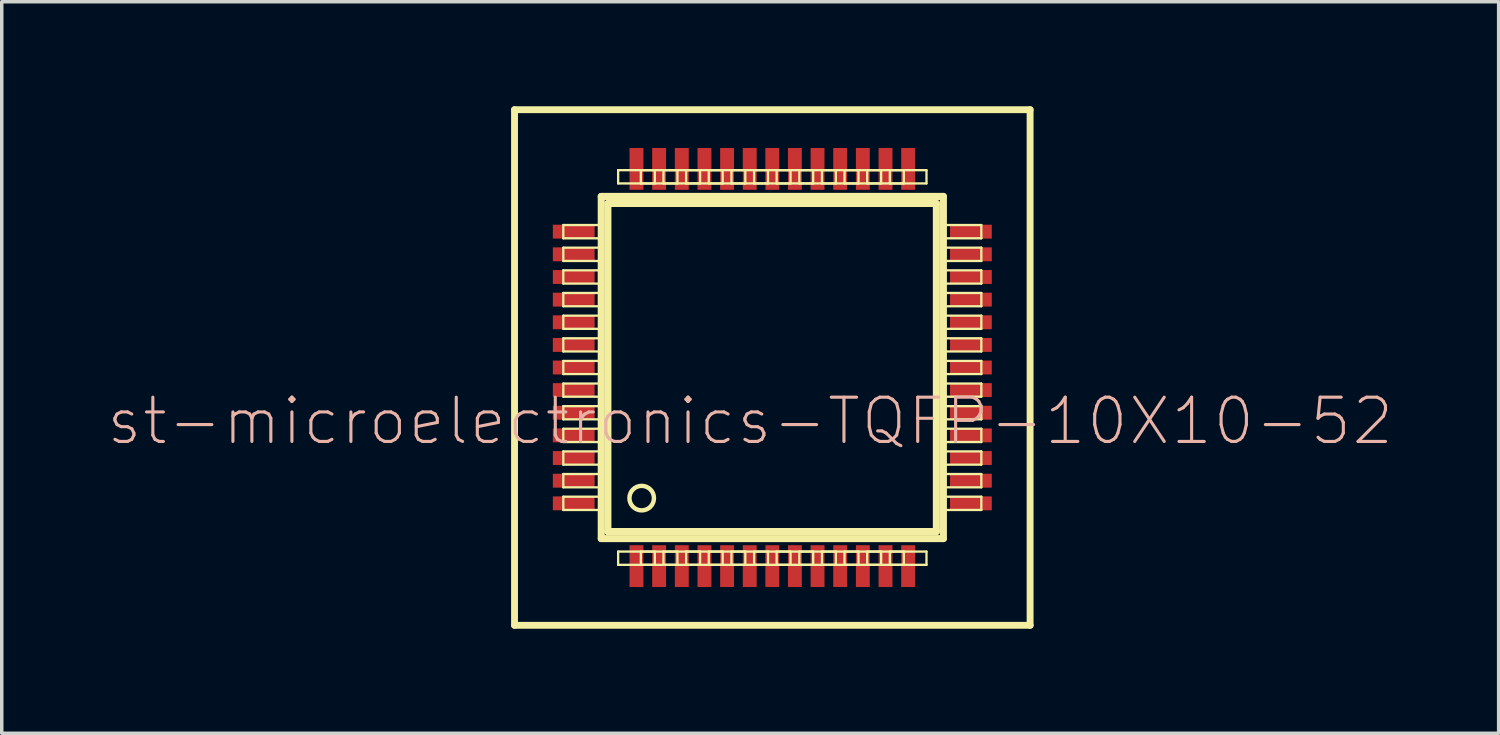
<source format=kicad_pcb>
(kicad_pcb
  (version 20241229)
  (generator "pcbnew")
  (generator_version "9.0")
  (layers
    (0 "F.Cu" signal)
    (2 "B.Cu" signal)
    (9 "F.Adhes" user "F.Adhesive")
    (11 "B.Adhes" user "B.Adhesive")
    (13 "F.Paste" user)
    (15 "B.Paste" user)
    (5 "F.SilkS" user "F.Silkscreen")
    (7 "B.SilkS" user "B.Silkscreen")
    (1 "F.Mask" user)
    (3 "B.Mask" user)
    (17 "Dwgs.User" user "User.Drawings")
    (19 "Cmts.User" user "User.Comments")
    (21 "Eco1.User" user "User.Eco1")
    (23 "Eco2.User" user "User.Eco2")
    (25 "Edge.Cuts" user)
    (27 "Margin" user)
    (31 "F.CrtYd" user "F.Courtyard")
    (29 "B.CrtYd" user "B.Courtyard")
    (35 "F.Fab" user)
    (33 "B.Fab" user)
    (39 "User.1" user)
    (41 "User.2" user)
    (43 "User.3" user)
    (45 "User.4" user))
  (footprint "st-microelectronics-TQFP-10X10-52"
    (layer "F.Cu")
    (at 19.117 7.498)
    (property "Reference" "st-microelectronics-TQFP-10X10-52" (at -0.635 1.539 0) (layer "B.SilkS") (effects (font (size 1.27 1.27) (thickness 0.089))))
    (attr smd)
    (fp_line (start -7.399 -7.399) (end 7.399 -7.399) (stroke (width 0.198) (type solid)) (layer "F.SilkS"))
    (fp_line (start -7.399 7.399) (end -7.399 -7.399) (stroke (width 0.198) (type solid)) (layer "F.SilkS"))
    (fp_line (start -5.999 -4.089) (end -4.948 -4.089) (stroke (width 0.066) (type solid)) (layer "F.SilkS"))
    (fp_line (start -5.999 -3.708) (end -5.999 -4.089) (stroke (width 0.066) (type solid)) (layer "F.SilkS"))
    (fp_line (start -5.999 -3.708) (end -4.948 -3.708) (stroke (width 0.066) (type solid)) (layer "F.SilkS"))
    (fp_line (start -5.999 -3.439) (end -4.948 -3.439) (stroke (width 0.066) (type solid)) (layer "F.SilkS"))
    (fp_line (start -5.999 -3.058) (end -5.999 -3.439) (stroke (width 0.066) (type solid)) (layer "F.SilkS"))
    (fp_line (start -5.999 -3.058) (end -4.948 -3.058) (stroke (width 0.066) (type solid)) (layer "F.SilkS"))
    (fp_line (start -5.999 -2.789) (end -4.948 -2.789) (stroke (width 0.066) (type solid)) (layer "F.SilkS"))
    (fp_line (start -5.999 -2.408) (end -5.999 -2.789) (stroke (width 0.066) (type solid)) (layer "F.SilkS"))
    (fp_line (start -5.999 -2.408) (end -4.948 -2.408) (stroke (width 0.066) (type solid)) (layer "F.SilkS"))
    (fp_line (start -5.999 -2.139) (end -4.948 -2.139) (stroke (width 0.066) (type solid)) (layer "F.SilkS"))
    (fp_line (start -5.999 -1.758) (end -5.999 -2.139) (stroke (width 0.066) (type solid)) (layer "F.SilkS"))
    (fp_line (start -5.999 -1.758) (end -4.948 -1.758) (stroke (width 0.066) (type solid)) (layer "F.SilkS"))
    (fp_line (start -5.999 -1.488) (end -4.948 -1.488) (stroke (width 0.066) (type solid)) (layer "F.SilkS"))
    (fp_line (start -5.999 -1.11) (end -5.999 -1.488) (stroke (width 0.066) (type solid)) (layer "F.SilkS"))
    (fp_line (start -5.999 -1.11) (end -4.948 -1.11) (stroke (width 0.066) (type solid)) (layer "F.SilkS"))
    (fp_line (start -5.999 -0.838) (end -4.948 -0.838) (stroke (width 0.066) (type solid)) (layer "F.SilkS"))
    (fp_line (start -5.999 -0.46) (end -5.999 -0.838) (stroke (width 0.066) (type solid)) (layer "F.SilkS"))
    (fp_line (start -5.999 -0.46) (end -4.948 -0.46) (stroke (width 0.066) (type solid)) (layer "F.SilkS"))
    (fp_line (start -5.999 -0.188) (end -4.948 -0.188) (stroke (width 0.066) (type solid)) (layer "F.SilkS"))
    (fp_line (start -5.999 0.188) (end -5.999 -0.188) (stroke (width 0.066) (type solid)) (layer "F.SilkS"))
    (fp_line (start -5.999 0.188) (end -4.948 0.188) (stroke (width 0.066) (type solid)) (layer "F.SilkS"))
    (fp_line (start -5.999 0.46) (end -4.948 0.46) (stroke (width 0.066) (type solid)) (layer "F.SilkS"))
    (fp_line (start -5.999 0.838) (end -5.999 0.46) (stroke (width 0.066) (type solid)) (layer "F.SilkS"))
    (fp_line (start -5.999 0.838) (end -4.948 0.838) (stroke (width 0.066) (type solid)) (layer "F.SilkS"))
    (fp_line (start -5.999 1.11) (end -4.948 1.11) (stroke (width 0.066) (type solid)) (layer "F.SilkS"))
    (fp_line (start -5.999 1.488) (end -5.999 1.11) (stroke (width 0.066) (type solid)) (layer "F.SilkS"))
    (fp_line (start -5.999 1.488) (end -4.948 1.488) (stroke (width 0.066) (type solid)) (layer "F.SilkS"))
    (fp_line (start -5.999 1.758) (end -4.948 1.758) (stroke (width 0.066) (type solid)) (layer "F.SilkS"))
    (fp_line (start -5.999 2.139) (end -5.999 1.758) (stroke (width 0.066) (type solid)) (layer "F.SilkS"))
    (fp_line (start -5.999 2.139) (end -4.948 2.139) (stroke (width 0.066) (type solid)) (layer "F.SilkS"))
    (fp_line (start -5.999 2.408) (end -4.948 2.408) (stroke (width 0.066) (type solid)) (layer "F.SilkS"))
    (fp_line (start -5.999 2.789) (end -5.999 2.408) (stroke (width 0.066) (type solid)) (layer "F.SilkS"))
    (fp_line (start -5.999 2.789) (end -4.948 2.789) (stroke (width 0.066) (type solid)) (layer "F.SilkS"))
    (fp_line (start -5.999 3.058) (end -4.948 3.058) (stroke (width 0.066) (type solid)) (layer "F.SilkS"))
    (fp_line (start -5.999 3.439) (end -5.999 3.058) (stroke (width 0.066) (type solid)) (layer "F.SilkS"))
    (fp_line (start -5.999 3.439) (end -4.948 3.439) (stroke (width 0.066) (type solid)) (layer "F.SilkS"))
    (fp_line (start -5.999 3.708) (end -4.948 3.708) (stroke (width 0.066) (type solid)) (layer "F.SilkS"))
    (fp_line (start -5.999 4.089) (end -5.999 3.708) (stroke (width 0.066) (type solid)) (layer "F.SilkS"))
    (fp_line (start -5.999 4.089) (end -4.948 4.089) (stroke (width 0.066) (type solid)) (layer "F.SilkS"))
    (fp_line (start -4.948 -3.708) (end -4.948 -4.089) (stroke (width 0.066) (type solid)) (layer "F.SilkS"))
    (fp_line (start -4.948 -3.058) (end -4.948 -3.439) (stroke (width 0.066) (type solid)) (layer "F.SilkS"))
    (fp_line (start -4.948 -2.408) (end -4.948 -2.789) (stroke (width 0.066) (type solid)) (layer "F.SilkS"))
    (fp_line (start -4.948 -1.758) (end -4.948 -2.139) (stroke (width 0.066) (type solid)) (layer "F.SilkS"))
    (fp_line (start -4.948 -1.11) (end -4.948 -1.488) (stroke (width 0.066) (type solid)) (layer "F.SilkS"))
    (fp_line (start -4.948 -0.46) (end -4.948 -0.838) (stroke (width 0.066) (type solid)) (layer "F.SilkS"))
    (fp_line (start -4.948 0.188) (end -4.948 -0.188) (stroke (width 0.066) (type solid)) (layer "F.SilkS"))
    (fp_line (start -4.948 0.838) (end -4.948 0.46) (stroke (width 0.066) (type solid)) (layer "F.SilkS"))
    (fp_line (start -4.948 1.488) (end -4.948 1.11) (stroke (width 0.066) (type solid)) (layer "F.SilkS"))
    (fp_line (start -4.948 2.139) (end -4.948 1.758) (stroke (width 0.066) (type solid)) (layer "F.SilkS"))
    (fp_line (start -4.948 2.789) (end -4.948 2.408) (stroke (width 0.066) (type solid)) (layer "F.SilkS"))
    (fp_line (start -4.948 3.439) (end -4.948 3.058) (stroke (width 0.066) (type solid)) (layer "F.SilkS"))
    (fp_line (start -4.948 4.089) (end -4.948 3.708) (stroke (width 0.066) (type solid)) (layer "F.SilkS"))
    (fp_line (start -4.91 -4.91) (end -4.91 4.91) (stroke (width 0.203) (type solid)) (layer "F.SilkS"))
    (fp_line (start -4.91 4.91) (end 4.91 4.91) (stroke (width 0.203) (type solid)) (layer "F.SilkS"))
    (fp_line (start -4.719 -4.709) (end 4.709 -4.709) (stroke (width 0.203) (type solid)) (layer "F.SilkS"))
    (fp_line (start -4.719 4.709) (end -4.719 -4.709) (stroke (width 0.203) (type solid)) (layer "F.SilkS"))
    (fp_line (start -4.425 -5.664) (end -3.373 -5.664) (stroke (width 0.066) (type solid)) (layer "F.SilkS"))
    (fp_line (start -4.425 -5.283) (end -4.425 -5.664) (stroke (width 0.066) (type solid)) (layer "F.SilkS"))
    (fp_line (start -4.425 -5.283) (end -3.373 -5.283) (stroke (width 0.066) (type solid)) (layer "F.SilkS"))
    (fp_line (start -4.425 5.283) (end -3.373 5.283) (stroke (width 0.066) (type solid)) (layer "F.SilkS"))
    (fp_line (start -4.425 5.664) (end -4.425 5.283) (stroke (width 0.066) (type solid)) (layer "F.SilkS"))
    (fp_line (start -4.425 5.664) (end -3.373 5.664) (stroke (width 0.066) (type solid)) (layer "F.SilkS"))
    (fp_line (start -3.774 -5.664) (end -2.723 -5.664) (stroke (width 0.066) (type solid)) (layer "F.SilkS"))
    (fp_line (start -3.774 -5.283) (end -3.774 -5.664) (stroke (width 0.066) (type solid)) (layer "F.SilkS"))
    (fp_line (start -3.774 -5.283) (end -2.723 -5.283) (stroke (width 0.066) (type solid)) (layer "F.SilkS"))
    (fp_line (start -3.774 5.283) (end -2.723 5.283) (stroke (width 0.066) (type solid)) (layer "F.SilkS"))
    (fp_line (start -3.774 5.664) (end -3.774 5.283) (stroke (width 0.066) (type solid)) (layer "F.SilkS"))
    (fp_line (start -3.774 5.664) (end -2.723 5.664) (stroke (width 0.066) (type solid)) (layer "F.SilkS"))
    (fp_line (start -3.373 -5.283) (end -3.373 -5.664) (stroke (width 0.066) (type solid)) (layer "F.SilkS"))
    (fp_line (start -3.373 5.664) (end -3.373 5.283) (stroke (width 0.066) (type solid)) (layer "F.SilkS"))
    (fp_line (start -3.124 -5.664) (end -2.073 -5.664) (stroke (width 0.066) (type solid)) (layer "F.SilkS"))
    (fp_line (start -3.124 -5.283) (end -3.124 -5.664) (stroke (width 0.066) (type solid)) (layer "F.SilkS"))
    (fp_line (start -3.124 -5.283) (end -2.073 -5.283) (stroke (width 0.066) (type solid)) (layer "F.SilkS"))
    (fp_line (start -3.124 5.283) (end -2.073 5.283) (stroke (width 0.066) (type solid)) (layer "F.SilkS"))
    (fp_line (start -3.124 5.664) (end -3.124 5.283) (stroke (width 0.066) (type solid)) (layer "F.SilkS"))
    (fp_line (start -3.124 5.664) (end -2.073 5.664) (stroke (width 0.066) (type solid)) (layer "F.SilkS"))
    (fp_line (start -2.723 -5.283) (end -2.723 -5.664) (stroke (width 0.066) (type solid)) (layer "F.SilkS"))
    (fp_line (start -2.723 5.664) (end -2.723 5.283) (stroke (width 0.066) (type solid)) (layer "F.SilkS"))
    (fp_line (start -2.474 -5.664) (end -1.425 -5.664) (stroke (width 0.066) (type solid)) (layer "F.SilkS"))
    (fp_line (start -2.474 -5.283) (end -2.474 -5.664) (stroke (width 0.066) (type solid)) (layer "F.SilkS"))
    (fp_line (start -2.474 -5.283) (end -1.425 -5.283) (stroke (width 0.066) (type solid)) (layer "F.SilkS"))
    (fp_line (start -2.474 5.283) (end -1.425 5.283) (stroke (width 0.066) (type solid)) (layer "F.SilkS"))
    (fp_line (start -2.474 5.664) (end -2.474 5.283) (stroke (width 0.066) (type solid)) (layer "F.SilkS"))
    (fp_line (start -2.474 5.664) (end -1.425 5.664) (stroke (width 0.066) (type solid)) (layer "F.SilkS"))
    (fp_line (start -2.073 -5.283) (end -2.073 -5.664) (stroke (width 0.066) (type solid)) (layer "F.SilkS"))
    (fp_line (start -2.073 5.664) (end -2.073 5.283) (stroke (width 0.066) (type solid)) (layer "F.SilkS"))
    (fp_line (start -1.824 -5.664) (end -0.775 -5.664) (stroke (width 0.066) (type solid)) (layer "F.SilkS"))
    (fp_line (start -1.824 -5.283) (end -1.824 -5.664) (stroke (width 0.066) (type solid)) (layer "F.SilkS"))
    (fp_line (start -1.824 -5.283) (end -0.775 -5.283) (stroke (width 0.066) (type solid)) (layer "F.SilkS"))
    (fp_line (start -1.824 5.283) (end -0.775 5.283) (stroke (width 0.066) (type solid)) (layer "F.SilkS"))
    (fp_line (start -1.824 5.664) (end -1.824 5.283) (stroke (width 0.066) (type solid)) (layer "F.SilkS"))
    (fp_line (start -1.824 5.664) (end -0.775 5.664) (stroke (width 0.066) (type solid)) (layer "F.SilkS"))
    (fp_line (start -1.425 -5.283) (end -1.425 -5.664) (stroke (width 0.066) (type solid)) (layer "F.SilkS"))
    (fp_line (start -1.425 5.664) (end -1.425 5.283) (stroke (width 0.066) (type solid)) (layer "F.SilkS"))
    (fp_line (start -1.173 -5.664) (end -0.124 -5.664) (stroke (width 0.066) (type solid)) (layer "F.SilkS"))
    (fp_line (start -1.173 -5.283) (end -1.173 -5.664) (stroke (width 0.066) (type solid)) (layer "F.SilkS"))
    (fp_line (start -1.173 -5.283) (end -0.124 -5.283) (stroke (width 0.066) (type solid)) (layer "F.SilkS"))
    (fp_line (start -1.173 5.283) (end -0.124 5.283) (stroke (width 0.066) (type solid)) (layer "F.SilkS"))
    (fp_line (start -1.173 5.664) (end -1.173 5.283) (stroke (width 0.066) (type solid)) (layer "F.SilkS"))
    (fp_line (start -1.173 5.664) (end -0.124 5.664) (stroke (width 0.066) (type solid)) (layer "F.SilkS"))
    (fp_line (start -0.775 -5.283) (end -0.775 -5.664) (stroke (width 0.066) (type solid)) (layer "F.SilkS"))
    (fp_line (start -0.775 5.664) (end -0.775 5.283) (stroke (width 0.066) (type solid)) (layer "F.SilkS"))
    (fp_line (start -0.523 -5.664) (end 0.523 -5.664) (stroke (width 0.066) (type solid)) (layer "F.SilkS"))
    (fp_line (start -0.523 -5.283) (end -0.523 -5.664) (stroke (width 0.066) (type solid)) (layer "F.SilkS"))
    (fp_line (start -0.523 -5.283) (end 0.523 -5.283) (stroke (width 0.066) (type solid)) (layer "F.SilkS"))
    (fp_line (start -0.523 5.283) (end 0.523 5.283) (stroke (width 0.066) (type solid)) (layer "F.SilkS"))
    (fp_line (start -0.523 5.664) (end -0.523 5.283) (stroke (width 0.066) (type solid)) (layer "F.SilkS"))
    (fp_line (start -0.523 5.664) (end 0.523 5.664) (stroke (width 0.066) (type solid)) (layer "F.SilkS"))
    (fp_line (start -0.124 -5.283) (end -0.124 -5.664) (stroke (width 0.066) (type solid)) (layer "F.SilkS"))
    (fp_line (start -0.124 5.664) (end -0.124 5.283) (stroke (width 0.066) (type solid)) (layer "F.SilkS"))
    (fp_line (start 0.124 -5.664) (end 1.173 -5.664) (stroke (width 0.066) (type solid)) (layer "F.SilkS"))
    (fp_line (start 0.124 -5.283) (end 0.124 -5.664) (stroke (width 0.066) (type solid)) (layer "F.SilkS"))
    (fp_line (start 0.124 -5.283) (end 1.173 -5.283) (stroke (width 0.066) (type solid)) (layer "F.SilkS"))
    (fp_line (start 0.124 5.283) (end 1.173 5.283) (stroke (width 0.066) (type solid)) (layer "F.SilkS"))
    (fp_line (start 0.124 5.664) (end 0.124 5.283) (stroke (width 0.066) (type solid)) (layer "F.SilkS"))
    (fp_line (start 0.124 5.664) (end 1.173 5.664) (stroke (width 0.066) (type solid)) (layer "F.SilkS"))
    (fp_line (start 0.523 -5.283) (end 0.523 -5.664) (stroke (width 0.066) (type solid)) (layer "F.SilkS"))
    (fp_line (start 0.523 5.664) (end 0.523 5.283) (stroke (width 0.066) (type solid)) (layer "F.SilkS"))
    (fp_line (start 0.775 -5.664) (end 1.824 -5.664) (stroke (width 0.066) (type solid)) (layer "F.SilkS"))
    (fp_line (start 0.775 -5.283) (end 0.775 -5.664) (stroke (width 0.066) (type solid)) (layer "F.SilkS"))
    (fp_line (start 0.775 -5.283) (end 1.824 -5.283) (stroke (width 0.066) (type solid)) (layer "F.SilkS"))
    (fp_line (start 0.775 5.283) (end 1.824 5.283) (stroke (width 0.066) (type solid)) (layer "F.SilkS"))
    (fp_line (start 0.775 5.664) (end 0.775 5.283) (stroke (width 0.066) (type solid)) (layer "F.SilkS"))
    (fp_line (start 0.775 5.664) (end 1.824 5.664) (stroke (width 0.066) (type solid)) (layer "F.SilkS"))
    (fp_line (start 1.173 -5.283) (end 1.173 -5.664) (stroke (width 0.066) (type solid)) (layer "F.SilkS"))
    (fp_line (start 1.173 5.664) (end 1.173 5.283) (stroke (width 0.066) (type solid)) (layer "F.SilkS"))
    (fp_line (start 1.425 -5.664) (end 2.474 -5.664) (stroke (width 0.066) (type solid)) (layer "F.SilkS"))
    (fp_line (start 1.425 -5.283) (end 1.425 -5.664) (stroke (width 0.066) (type solid)) (layer "F.SilkS"))
    (fp_line (start 1.425 -5.283) (end 2.474 -5.283) (stroke (width 0.066) (type solid)) (layer "F.SilkS"))
    (fp_line (start 1.425 5.283) (end 2.474 5.283) (stroke (width 0.066) (type solid)) (layer "F.SilkS"))
    (fp_line (start 1.425 5.664) (end 1.425 5.283) (stroke (width 0.066) (type solid)) (layer "F.SilkS"))
    (fp_line (start 1.425 5.664) (end 2.474 5.664) (stroke (width 0.066) (type solid)) (layer "F.SilkS"))
    (fp_line (start 1.824 -5.283) (end 1.824 -5.664) (stroke (width 0.066) (type solid)) (layer "F.SilkS"))
    (fp_line (start 1.824 5.664) (end 1.824 5.283) (stroke (width 0.066) (type solid)) (layer "F.SilkS"))
    (fp_line (start 2.073 -5.664) (end 3.124 -5.664) (stroke (width 0.066) (type solid)) (layer "F.SilkS"))
    (fp_line (start 2.073 -5.283) (end 2.073 -5.664) (stroke (width 0.066) (type solid)) (layer "F.SilkS"))
    (fp_line (start 2.073 -5.283) (end 3.124 -5.283) (stroke (width 0.066) (type solid)) (layer "F.SilkS"))
    (fp_line (start 2.073 5.283) (end 3.124 5.283) (stroke (width 0.066) (type solid)) (layer "F.SilkS"))
    (fp_line (start 2.073 5.664) (end 2.073 5.283) (stroke (width 0.066) (type solid)) (layer "F.SilkS"))
    (fp_line (start 2.073 5.664) (end 3.124 5.664) (stroke (width 0.066) (type solid)) (layer "F.SilkS"))
    (fp_line (start 2.474 -5.283) (end 2.474 -5.664) (stroke (width 0.066) (type solid)) (layer "F.SilkS"))
    (fp_line (start 2.474 5.664) (end 2.474 5.283) (stroke (width 0.066) (type solid)) (layer "F.SilkS"))
    (fp_line (start 2.723 -5.664) (end 3.774 -5.664) (stroke (width 0.066) (type solid)) (layer "F.SilkS"))
    (fp_line (start 2.723 -5.283) (end 2.723 -5.664) (stroke (width 0.066) (type solid)) (layer "F.SilkS"))
    (fp_line (start 2.723 -5.283) (end 3.774 -5.283) (stroke (width 0.066) (type solid)) (layer "F.SilkS"))
    (fp_line (start 2.723 5.283) (end 3.774 5.283) (stroke (width 0.066) (type solid)) (layer "F.SilkS"))
    (fp_line (start 2.723 5.664) (end 2.723 5.283) (stroke (width 0.066) (type solid)) (layer "F.SilkS"))
    (fp_line (start 2.723 5.664) (end 3.774 5.664) (stroke (width 0.066) (type solid)) (layer "F.SilkS"))
    (fp_line (start 3.124 -5.283) (end 3.124 -5.664) (stroke (width 0.066) (type solid)) (layer "F.SilkS"))
    (fp_line (start 3.124 5.664) (end 3.124 5.283) (stroke (width 0.066) (type solid)) (layer "F.SilkS"))
    (fp_line (start 3.373 -5.664) (end 4.425 -5.664) (stroke (width 0.066) (type solid)) (layer "F.SilkS"))
    (fp_line (start 3.373 -5.283) (end 3.373 -5.664) (stroke (width 0.066) (type solid)) (layer "F.SilkS"))
    (fp_line (start 3.373 -5.283) (end 4.425 -5.283) (stroke (width 0.066) (type solid)) (layer "F.SilkS"))
    (fp_line (start 3.373 5.283) (end 4.425 5.283) (stroke (width 0.066) (type solid)) (layer "F.SilkS"))
    (fp_line (start 3.373 5.664) (end 3.373 5.283) (stroke (width 0.066) (type solid)) (layer "F.SilkS"))
    (fp_line (start 3.373 5.664) (end 4.425 5.664) (stroke (width 0.066) (type solid)) (layer "F.SilkS"))
    (fp_line (start 3.774 -5.283) (end 3.774 -5.664) (stroke (width 0.066) (type solid)) (layer "F.SilkS"))
    (fp_line (start 3.774 5.664) (end 3.774 5.283) (stroke (width 0.066) (type solid)) (layer "F.SilkS"))
    (fp_line (start 4.425 -5.283) (end 4.425 -5.664) (stroke (width 0.066) (type solid)) (layer "F.SilkS"))
    (fp_line (start 4.425 5.664) (end 4.425 5.283) (stroke (width 0.066) (type solid)) (layer "F.SilkS"))
    (fp_line (start 4.709 -4.709) (end 4.709 4.709) (stroke (width 0.203) (type solid)) (layer "F.SilkS"))
    (fp_line (start 4.709 4.709) (end -4.719 4.709) (stroke (width 0.203) (type solid)) (layer "F.SilkS"))
    (fp_line (start 4.91 -4.91) (end -4.91 -4.91) (stroke (width 0.203) (type solid)) (layer "F.SilkS"))
    (fp_line (start 4.91 4.91) (end 4.91 -4.91) (stroke (width 0.203) (type solid)) (layer "F.SilkS"))
    (fp_line (start 4.948 -4.089) (end 5.999 -4.089) (stroke (width 0.066) (type solid)) (layer "F.SilkS"))
    (fp_line (start 4.948 -3.708) (end 4.948 -4.089) (stroke (width 0.066) (type solid)) (layer "F.SilkS"))
    (fp_line (start 4.948 -3.708) (end 5.999 -3.708) (stroke (width 0.066) (type solid)) (layer "F.SilkS"))
    (fp_line (start 4.948 -3.439) (end 5.999 -3.439) (stroke (width 0.066) (type solid)) (layer "F.SilkS"))
    (fp_line (start 4.948 -3.058) (end 4.948 -3.439) (stroke (width 0.066) (type solid)) (layer "F.SilkS"))
    (fp_line (start 4.948 -3.058) (end 5.999 -3.058) (stroke (width 0.066) (type solid)) (layer "F.SilkS"))
    (fp_line (start 4.948 -2.789) (end 5.999 -2.789) (stroke (width 0.066) (type solid)) (layer "F.SilkS"))
    (fp_line (start 4.948 -2.408) (end 4.948 -2.789) (stroke (width 0.066) (type solid)) (layer "F.SilkS"))
    (fp_line (start 4.948 -2.408) (end 5.999 -2.408) (stroke (width 0.066) (type solid)) (layer "F.SilkS"))
    (fp_line (start 4.948 -2.139) (end 5.999 -2.139) (stroke (width 0.066) (type solid)) (layer "F.SilkS"))
    (fp_line (start 4.948 -1.758) (end 4.948 -2.139) (stroke (width 0.066) (type solid)) (layer "F.SilkS"))
    (fp_line (start 4.948 -1.758) (end 5.999 -1.758) (stroke (width 0.066) (type solid)) (layer "F.SilkS"))
    (fp_line (start 4.948 -1.488) (end 5.999 -1.488) (stroke (width 0.066) (type solid)) (layer "F.SilkS"))
    (fp_line (start 4.948 -1.11) (end 4.948 -1.488) (stroke (width 0.066) (type solid)) (layer "F.SilkS"))
    (fp_line (start 4.948 -1.11) (end 5.999 -1.11) (stroke (width 0.066) (type solid)) (layer "F.SilkS"))
    (fp_line (start 4.948 -0.838) (end 5.999 -0.838) (stroke (width 0.066) (type solid)) (layer "F.SilkS"))
    (fp_line (start 4.948 -0.46) (end 4.948 -0.838) (stroke (width 0.066) (type solid)) (layer "F.SilkS"))
    (fp_line (start 4.948 -0.46) (end 5.999 -0.46) (stroke (width 0.066) (type solid)) (layer "F.SilkS"))
    (fp_line (start 4.948 -0.188) (end 5.999 -0.188) (stroke (width 0.066) (type solid)) (layer "F.SilkS"))
    (fp_line (start 4.948 0.188) (end 4.948 -0.188) (stroke (width 0.066) (type solid)) (layer "F.SilkS"))
    (fp_line (start 4.948 0.188) (end 5.999 0.188) (stroke (width 0.066) (type solid)) (layer "F.SilkS"))
    (fp_line (start 4.948 0.46) (end 5.999 0.46) (stroke (width 0.066) (type solid)) (layer "F.SilkS"))
    (fp_line (start 4.948 0.838) (end 4.948 0.46) (stroke (width 0.066) (type solid)) (layer "F.SilkS"))
    (fp_line (start 4.948 0.838) (end 5.999 0.838) (stroke (width 0.066) (type solid)) (layer "F.SilkS"))
    (fp_line (start 4.948 1.11) (end 5.999 1.11) (stroke (width 0.066) (type solid)) (layer "F.SilkS"))
    (fp_line (start 4.948 1.488) (end 4.948 1.11) (stroke (width 0.066) (type solid)) (layer "F.SilkS"))
    (fp_line (start 4.948 1.488) (end 5.999 1.488) (stroke (width 0.066) (type solid)) (layer "F.SilkS"))
    (fp_line (start 4.948 1.758) (end 5.999 1.758) (stroke (width 0.066) (type solid)) (layer "F.SilkS"))
    (fp_line (start 4.948 2.139) (end 4.948 1.758) (stroke (width 0.066) (type solid)) (layer "F.SilkS"))
    (fp_line (start 4.948 2.139) (end 5.999 2.139) (stroke (width 0.066) (type solid)) (layer "F.SilkS"))
    (fp_line (start 4.948 2.408) (end 5.999 2.408) (stroke (width 0.066) (type solid)) (layer "F.SilkS"))
    (fp_line (start 4.948 2.789) (end 4.948 2.408) (stroke (width 0.066) (type solid)) (layer "F.SilkS"))
    (fp_line (start 4.948 2.789) (end 5.999 2.789) (stroke (width 0.066) (type solid)) (layer "F.SilkS"))
    (fp_line (start 4.948 3.058) (end 5.999 3.058) (stroke (width 0.066) (type solid)) (layer "F.SilkS"))
    (fp_line (start 4.948 3.439) (end 4.948 3.058) (stroke (width 0.066) (type solid)) (layer "F.SilkS"))
    (fp_line (start 4.948 3.439) (end 5.999 3.439) (stroke (width 0.066) (type solid)) (layer "F.SilkS"))
    (fp_line (start 4.948 3.708) (end 5.999 3.708) (stroke (width 0.066) (type solid)) (layer "F.SilkS"))
    (fp_line (start 4.948 4.089) (end 4.948 3.708) (stroke (width 0.066) (type solid)) (layer "F.SilkS"))
    (fp_line (start 4.948 4.089) (end 5.999 4.089) (stroke (width 0.066) (type solid)) (layer "F.SilkS"))
    (fp_line (start 5.999 -3.708) (end 5.999 -4.089) (stroke (width 0.066) (type solid)) (layer "F.SilkS"))
    (fp_line (start 5.999 -3.058) (end 5.999 -3.439) (stroke (width 0.066) (type solid)) (layer "F.SilkS"))
    (fp_line (start 5.999 -2.408) (end 5.999 -2.789) (stroke (width 0.066) (type solid)) (layer "F.SilkS"))
    (fp_line (start 5.999 -1.758) (end 5.999 -2.139) (stroke (width 0.066) (type solid)) (layer "F.SilkS"))
    (fp_line (start 5.999 -1.11) (end 5.999 -1.488) (stroke (width 0.066) (type solid)) (layer "F.SilkS"))
    (fp_line (start 5.999 -0.46) (end 5.999 -0.838) (stroke (width 0.066) (type solid)) (layer "F.SilkS"))
    (fp_line (start 5.999 0.188) (end 5.999 -0.188) (stroke (width 0.066) (type solid)) (layer "F.SilkS"))
    (fp_line (start 5.999 0.838) (end 5.999 0.46) (stroke (width 0.066) (type solid)) (layer "F.SilkS"))
    (fp_line (start 5.999 1.488) (end 5.999 1.11) (stroke (width 0.066) (type solid)) (layer "F.SilkS"))
    (fp_line (start 5.999 2.139) (end 5.999 1.758) (stroke (width 0.066) (type solid)) (layer "F.SilkS"))
    (fp_line (start 5.999 2.789) (end 5.999 2.408) (stroke (width 0.066) (type solid)) (layer "F.SilkS"))
    (fp_line (start 5.999 3.439) (end 5.999 3.058) (stroke (width 0.066) (type solid)) (layer "F.SilkS"))
    (fp_line (start 5.999 4.089) (end 5.999 3.708) (stroke (width 0.066) (type solid)) (layer "F.SilkS"))
    (fp_line (start 7.399 -7.399) (end 7.399 7.399) (stroke (width 0.198) (type solid)) (layer "F.SilkS"))
    (fp_line (start 7.399 7.399) (end -7.399 7.399) (stroke (width 0.198) (type solid)) (layer "F.SilkS"))
    (fp_circle (center -3.749 3.749) (end -3.998 3.998) (stroke (width 0.127) (type solid)) (fill no) (layer "F.SilkS"))
    (pad "1" smd rect (at -3.899 5.7) (size 0.399 1.199) (layers "F.Cu" "F.Mask" "F.Paste"))
    (pad "2" smd rect (at -3.249 5.7) (size 0.399 1.199) (layers "F.Cu" "F.Mask" "F.Paste"))
    (pad "3" smd rect (at -2.598 5.7) (size 0.399 1.199) (layers "F.Cu" "F.Mask" "F.Paste"))
    (pad "4" smd rect (at -1.948 5.7) (size 0.399 1.199) (layers "F.Cu" "F.Mask" "F.Paste"))
    (pad "5" smd rect (at -1.298 5.7) (size 0.399 1.199) (layers "F.Cu" "F.Mask" "F.Paste"))
    (pad "6" smd rect (at -0.648 5.7) (size 0.399 1.199) (layers "F.Cu" "F.Mask" "F.Paste"))
    (pad "7" smd rect (at 0 5.7) (size 0.399 1.199) (layers "F.Cu" "F.Mask" "F.Paste"))
    (pad "8" smd rect (at 0.648 5.7) (size 0.399 1.199) (layers "F.Cu" "F.Mask" "F.Paste"))
    (pad "9" smd rect (at 1.298 5.7) (size 0.399 1.199) (layers "F.Cu" "F.Mask" "F.Paste"))
    (pad "10" smd rect (at 1.948 5.7) (size 0.399 1.199) (layers "F.Cu" "F.Mask" "F.Paste"))
    (pad "11" smd rect (at 2.598 5.7) (size 0.399 1.199) (layers "F.Cu" "F.Mask" "F.Paste"))
    (pad "12" smd rect (at 3.249 5.7) (size 0.399 1.199) (layers "F.Cu" "F.Mask" "F.Paste"))
    (pad "13" smd rect (at 3.899 5.7) (size 0.399 1.199) (layers "F.Cu" "F.Mask" "F.Paste"))
    (pad "14" smd rect (at 5.7 3.899) (size 1.199 0.399) (layers "F.Cu" "F.Mask" "F.Paste"))
    (pad "15" smd rect (at 5.7 3.249) (size 1.199 0.399) (layers "F.Cu" "F.Mask" "F.Paste"))
    (pad "16" smd rect (at 5.7 2.598) (size 1.199 0.399) (layers "F.Cu" "F.Mask" "F.Paste"))
    (pad "17" smd rect (at 5.7 1.948) (size 1.199 0.399) (layers "F.Cu" "F.Mask" "F.Paste"))
    (pad "18" smd rect (at 5.7 1.298) (size 1.199 0.399) (layers "F.Cu" "F.Mask" "F.Paste"))
    (pad "19" smd rect (at 5.7 0.648) (size 1.199 0.399) (layers "F.Cu" "F.Mask" "F.Paste"))
    (pad "20" smd rect (at 5.7 0) (size 1.199 0.399) (layers "F.Cu" "F.Mask" "F.Paste"))
    (pad "21" smd rect (at 5.7 -0.648) (size 1.199 0.399) (layers "F.Cu" "F.Mask" "F.Paste"))
    (pad "22" smd rect (at 5.7 -1.298) (size 1.199 0.399) (layers "F.Cu" "F.Mask" "F.Paste"))
    (pad "23" smd rect (at 5.7 -1.948) (size 1.199 0.399) (layers "F.Cu" "F.Mask" "F.Paste"))
    (pad "24" smd rect (at 5.7 -2.598) (size 1.199 0.399) (layers "F.Cu" "F.Mask" "F.Paste"))
    (pad "25" smd rect (at 5.7 -3.249) (size 1.199 0.399) (layers "F.Cu" "F.Mask" "F.Paste"))
    (pad "26" smd rect (at 5.7 -3.899) (size 1.199 0.399) (layers "F.Cu" "F.Mask" "F.Paste"))
    (pad "27" smd rect (at 3.899 -5.7) (size 0.399 1.199) (layers "F.Cu" "F.Mask" "F.Paste"))
    (pad "28" smd rect (at 3.249 -5.7) (size 0.399 1.199) (layers "F.Cu" "F.Mask" "F.Paste"))
    (pad "29" smd rect (at 2.598 -5.7) (size 0.399 1.199) (layers "F.Cu" "F.Mask" "F.Paste"))
    (pad "30" smd rect (at 1.948 -5.7) (size 0.399 1.199) (layers "F.Cu" "F.Mask" "F.Paste"))
    (pad "31" smd rect (at 1.298 -5.7) (size 0.399 1.199) (layers "F.Cu" "F.Mask" "F.Paste"))
    (pad "32" smd rect (at 0.648 -5.7) (size 0.399 1.199) (layers "F.Cu" "F.Mask" "F.Paste"))
    (pad "33" smd rect (at 0 -5.7) (size 0.399 1.199) (layers "F.Cu" "F.Mask" "F.Paste"))
    (pad "34" smd rect (at -0.648 -5.7) (size 0.399 1.199) (layers "F.Cu" "F.Mask" "F.Paste"))
    (pad "35" smd rect (at -1.298 -5.7) (size 0.399 1.199) (layers "F.Cu" "F.Mask" "F.Paste"))
    (pad "36" smd rect (at -1.948 -5.7) (size 0.399 1.199) (layers "F.Cu" "F.Mask" "F.Paste"))
    (pad "37" smd rect (at -2.598 -5.7) (size 0.399 1.199) (layers "F.Cu" "F.Mask" "F.Paste"))
    (pad "38" smd rect (at -3.249 -5.7) (size 0.399 1.199) (layers "F.Cu" "F.Mask" "F.Paste"))
    (pad "39" smd rect (at -3.899 -5.7) (size 0.399 1.199) (layers "F.Cu" "F.Mask" "F.Paste"))
    (pad "40" smd rect (at -5.7 -3.899) (size 1.199 0.399) (layers "F.Cu" "F.Mask" "F.Paste"))
    (pad "41" smd rect (at -5.7 -3.249) (size 1.199 0.399) (layers "F.Cu" "F.Mask" "F.Paste"))
    (pad "42" smd rect (at -5.7 -2.598) (size 1.199 0.399) (layers "F.Cu" "F.Mask" "F.Paste"))
    (pad "43" smd rect (at -5.7 -1.948) (size 1.199 0.399) (layers "F.Cu" "F.Mask" "F.Paste"))
    (pad "44" smd rect (at -5.7 -1.298) (size 1.199 0.399) (layers "F.Cu" "F.Mask" "F.Paste"))
    (pad "45" smd rect (at -5.7 -0.648) (size 1.199 0.399) (layers "F.Cu" "F.Mask" "F.Paste"))
    (pad "46" smd rect (at -5.7 0) (size 1.199 0.399) (layers "F.Cu" "F.Mask" "F.Paste"))
    (pad "47" smd rect (at -5.7 0.648) (size 1.199 0.399) (layers "F.Cu" "F.Mask" "F.Paste"))
    (pad "48" smd rect (at -5.7 1.298) (size 1.199 0.399) (layers "F.Cu" "F.Mask" "F.Paste"))
    (pad "49" smd rect (at -5.7 1.948) (size 1.199 0.399) (layers "F.Cu" "F.Mask" "F.Paste"))
    (pad "50" smd rect (at -5.7 2.598) (size 1.199 0.399) (layers "F.Cu" "F.Mask" "F.Paste"))
    (pad "51" smd rect (at -5.7 3.249) (size 1.199 0.399) (layers "F.Cu" "F.Mask" "F.Paste"))
    (pad "52" smd rect (at -5.7 3.899) (size 1.199 0.399) (layers "F.Cu" "F.Mask" "F.Paste")))
  (gr_rect
    (start -3 -3)
    (end 39.964 17.996)
    (stroke (width 0.1) (type default))
    (fill no)
    (layer "Edge.Cuts")))
</source>
